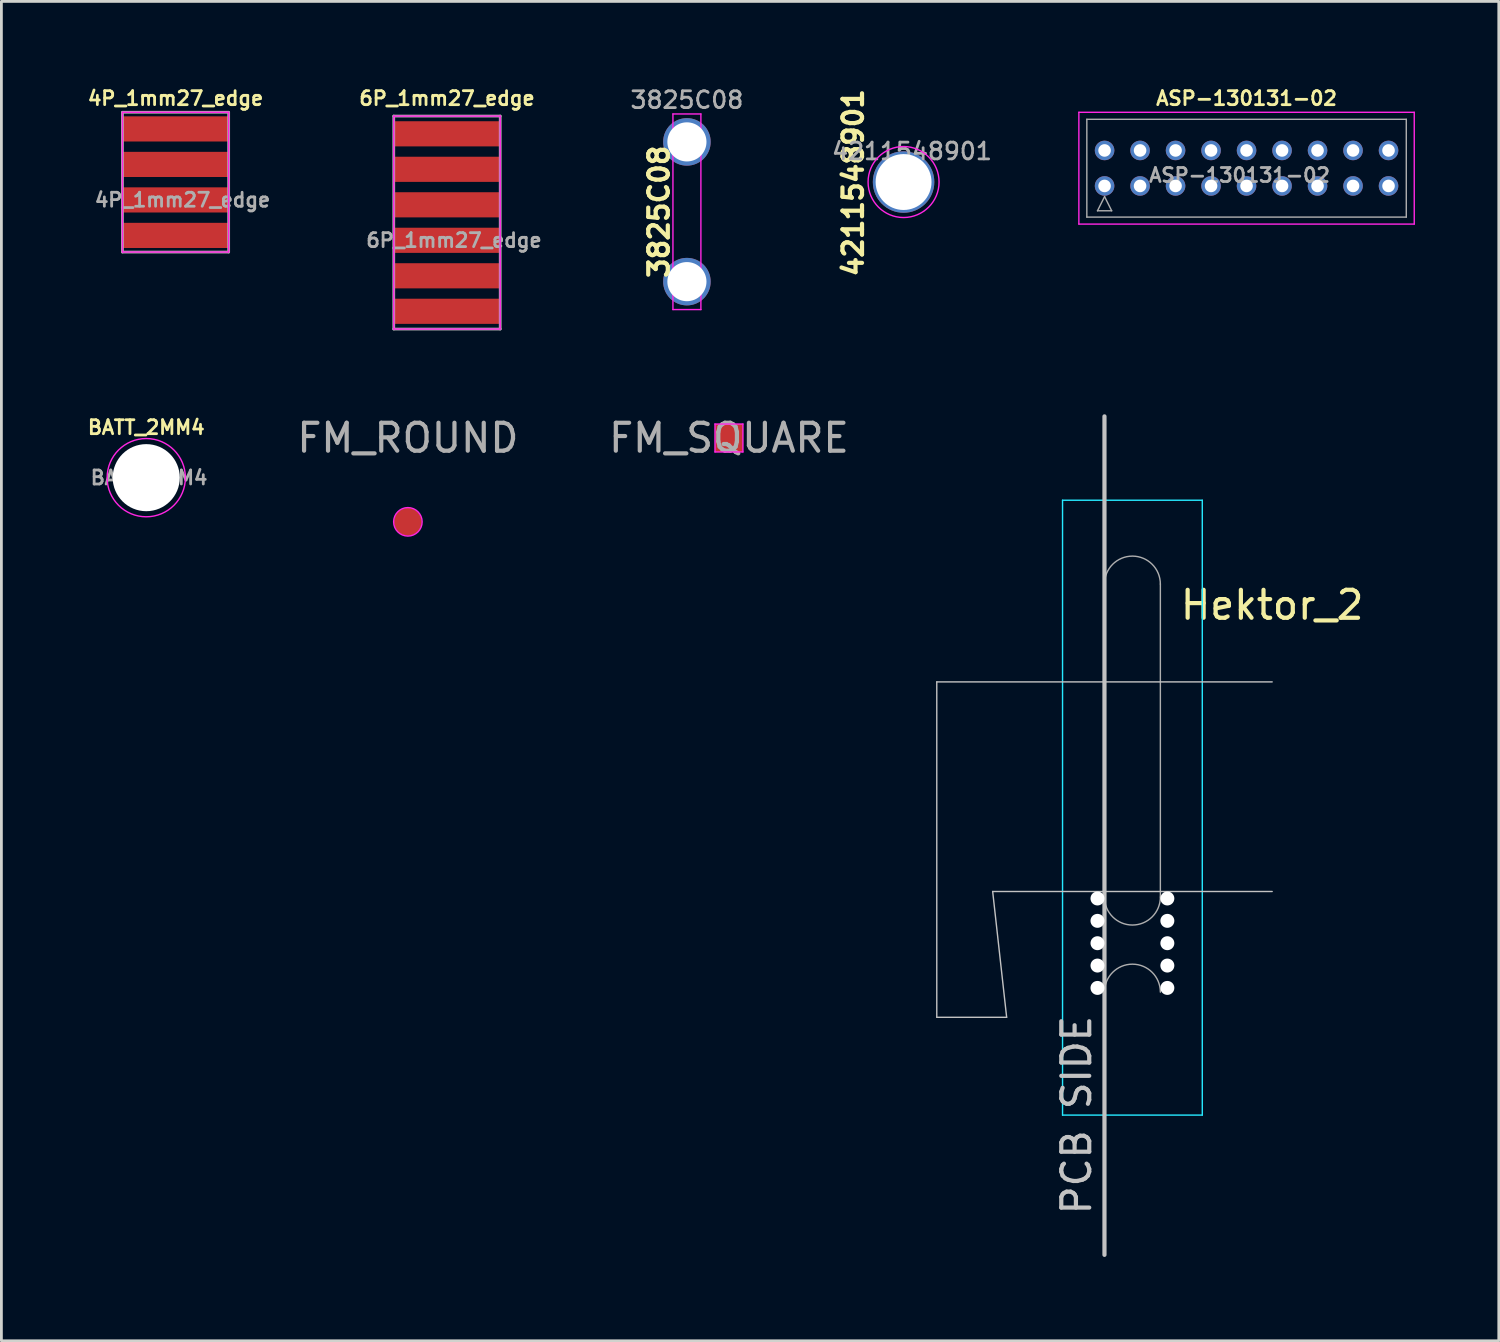
<source format=kicad_pcb>
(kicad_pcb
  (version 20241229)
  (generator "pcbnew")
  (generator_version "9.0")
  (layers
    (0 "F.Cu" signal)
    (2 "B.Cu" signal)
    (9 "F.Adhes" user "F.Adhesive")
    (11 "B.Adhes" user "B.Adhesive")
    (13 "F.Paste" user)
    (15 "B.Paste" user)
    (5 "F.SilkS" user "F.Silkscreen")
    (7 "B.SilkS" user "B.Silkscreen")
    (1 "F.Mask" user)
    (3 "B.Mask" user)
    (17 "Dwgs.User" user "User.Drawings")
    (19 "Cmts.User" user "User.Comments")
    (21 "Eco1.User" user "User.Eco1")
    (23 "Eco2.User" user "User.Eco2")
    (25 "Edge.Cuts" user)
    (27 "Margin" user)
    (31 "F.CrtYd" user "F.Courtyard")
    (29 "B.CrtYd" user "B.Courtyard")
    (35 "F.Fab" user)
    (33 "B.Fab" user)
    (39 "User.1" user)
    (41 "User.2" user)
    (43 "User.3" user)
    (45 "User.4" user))
  (footprint "FM_SQUARE"
    (layer "F.Cu")
    (at 23.032 12.621)
    (property "Reference" "FM_SQUARE" (at 0 0 0) (layer "F.Fab") (effects (font (size 1 1) (thickness 0.15))))
    (attr exclude_from_pos_files exclude_from_bom)
    (fp_line (start -0.5 -0.5) (end 0.5 -0.5) (stroke (width 0.05) (type solid)) (layer "F.CrtYd"))
    (fp_line (start -0.5 0.5) (end -0.5 -0.5) (stroke (width 0.05) (type solid)) (layer "F.CrtYd"))
    (fp_line (start 0.5 -0.5) (end 0.5 0.5) (stroke (width 0.05) (type solid)) (layer "F.CrtYd"))
    (fp_line (start 0.5 0.5) (end -0.5 0.5) (stroke (width 0.05) (type solid)) (layer "F.CrtYd"))
    (pad "1" smd rect (at 0 0) (size 1 1) (layers "F.Cu" "F.Mask")))
  (footprint "BATT_2MM4"
    (layer "F.Cu")
    (at 2.183 14.041)
    (property "Reference" "BATT_2MM4" (at 0 -1.8 0) (layer "F.SilkS") (effects (font (size 0.5 0.5) (thickness 0.1))))
    (attr exclude_from_pos_files exclude_from_bom)
    (fp_circle (center 0 0) (end 0 -1.4) (stroke (width 0.05) (type solid)) (fill no) (layer "F.CrtYd"))
    (fp_text user "${REFERENCE}" (at 0.1 0 0) (layer "F.Fab") (effects (font (size 0.5 0.5) (thickness 0.1))))
    (pad "" np_thru_hole circle (at 0 0) (size 2.4 2.4) (drill 2.4) (layers "*.Cu" "*.Mask")))
  (footprint "4P_1mm27_edge"
    (layer "F.Cu")
    (at 3.231 3.468)
    (property "Reference" "4P_1mm27_edge" (at 0 -3 0) (layer "F.SilkS") (effects (font (size 0.5 0.5) (thickness 0.1))))
    (attr exclude_from_pos_files exclude_from_bom)
    (fp_line (start -1.9 -2.5) (end -1.9 2.5) (stroke (width 0.05) (type solid)) (layer "F.CrtYd"))
    (fp_line (start -1.9 -2.5) (end 1.9 -2.5) (stroke (width 0.05) (type solid)) (layer "F.CrtYd"))
    (fp_line (start -1.9 2.5) (end 1.9 2.5) (stroke (width 0.05) (type solid)) (layer "F.CrtYd"))
    (fp_line (start 1.9 -2.5) (end 1.9 2.5) (stroke (width 0.05) (type solid)) (layer "F.CrtYd"))
    (fp_line (start -1.9 -2.5) (end 1.9 -2.5) (stroke (width 0.1) (type solid)) (layer "F.Fab"))
    (fp_line (start -1.9 2.5) (end -1.9 -2.5) (stroke (width 0.1) (type solid)) (layer "F.Fab"))
    (fp_line (start 1.9 -2.5) (end 1.9 2.5) (stroke (width 0.1) (type solid)) (layer "F.Fab"))
    (fp_line (start 1.9 2.5) (end -1.9 2.5) (stroke (width 0.1) (type solid)) (layer "F.Fab"))
    (fp_text user "${REFERENCE}" (at 0.25 0.635 0) (layer "F.Fab") (effects (font (size 0.5 0.5) (thickness 0.1))))
    (pad "1" smd rect (at 0 -1.905) (size 3.8 0.9) (layers "F.Cu" "F.Mask"))
    (pad "2" smd rect (at 0 -0.635) (size 3.8 0.9) (layers "F.Cu" "F.Mask"))
    (pad "3" smd rect (at 0 0.635) (size 3.8 0.9) (layers "F.Cu" "F.Mask"))
    (pad "4" smd rect (at 0 1.905) (size 3.8 0.9) (layers "F.Cu" "F.Mask")))
  (footprint "4211548901"
    (layer "F.Cu")
    (at 29.28 3.463)
    (property "Reference" "4211548901" (at -1.803 0.025 90) (layer "F.SilkS") (effects (font (size 0.7 0.7) (thickness 0.15))))
    (attr through_hole)
    (fp_circle (center 0 0) (end 0 -1.27) (stroke (width 0.05) (type solid)) (fill no) (layer "F.CrtYd"))
    (fp_text user "${REFERENCE}" (at 0.3 -1.1 0) (layer "F.Fab") (effects (font (size 0.6 0.6) (thickness 0.1))))
    (pad "1" thru_hole circle (at 0 0) (size 2.2 2.2) (drill 2) (layers "*.Cu" "*.Mask")))
  (footprint "Hektor_2"
    (layer "F.Cu")
    (at 36.468 24.848)
    (property "Reference" "Hektor_2" (at 6 -6.25 0) (layer "F.SilkS") (effects (font (size 1 1) (thickness 0.15))))
    (attr exclude_from_pos_files exclude_from_bom)
    (fp_line (start -6 -3.5) (end -6 8.5) (stroke (width 0.05) (type solid)) (layer "Dwgs.User"))
    (fp_line (start -6 -3.5) (end 6 -3.5) (stroke (width 0.05) (type solid)) (layer "Dwgs.User"))
    (fp_line (start -6 8.5) (end -3.5 8.5) (stroke (width 0.05) (type solid)) (layer "Dwgs.User"))
    (fp_line (start -4 4) (end -3.5 8.5) (stroke (width 0.05) (type solid)) (layer "Dwgs.User"))
    (fp_line (start -4 4) (end 6 4) (stroke (width 0.05) (type solid)) (layer "Dwgs.User"))
    (fp_line (start 0 -13) (end 0 17) (stroke (width 0.15) (type solid)) (layer "Dwgs.User"))
    (fp_line (start -1.5 -10) (end 3.5 -10) (stroke (width 0.05) (type solid)) (layer "B.CrtYd"))
    (fp_line (start -1.5 12) (end -1.5 -10) (stroke (width 0.05) (type solid)) (layer "B.CrtYd"))
    (fp_line (start 3.5 -10) (end 3.5 12) (stroke (width 0.05) (type solid)) (layer "B.CrtYd"))
    (fp_line (start 3.5 12) (end -1.5 12) (stroke (width 0.05) (type solid)) (layer "B.CrtYd"))
    (fp_line (start 0 4.2) (end 0 -7) (stroke (width 0.05) (type solid)) (layer "F.Fab"))
    (fp_line (start 2 -7) (end 2 4.2) (stroke (width 0.05) (type solid)) (layer "F.Fab"))
    (fp_arc (start 0 -7) (mid 1 -8) (end 2 -7) (stroke (width 0.05) (type solid)) (layer "F.Fab"))
    (fp_arc (start 0 7.6) (mid 1 6.6) (end 2 7.6) (stroke (width 0.05) (type solid)) (layer "F.Fab"))
    (fp_arc (start 2 4.2) (mid 1 5.2) (end 0 4.2) (stroke (width 0.05) (type solid)) (layer "F.Fab"))
    (fp_text user "PCB SIDE" (at -1 12 90) (layer "Dwgs.User") (effects (font (size 1 1) (thickness 0.15))))
    (pad "" np_thru_hole circle (at -0.25 4.25) (size 0.5 0.5) (drill 0.5) (layers "F.Cu"))
    (pad "" np_thru_hole circle (at -0.25 5.05) (size 0.5 0.5) (drill 0.5) (layers "F.Cu"))
    (pad "" np_thru_hole circle (at -0.25 5.85) (size 0.5 0.5) (drill 0.5) (layers "F.Cu"))
    (pad "" np_thru_hole circle (at -0.25 6.65) (size 0.5 0.5) (drill 0.5) (layers "F.Cu"))
    (pad "" np_thru_hole circle (at -0.25 7.45) (size 0.5 0.5) (drill 0.5) (layers "F.Cu"))
    (pad "" np_thru_hole circle (at 2.25 4.25) (size 0.5 0.5) (drill 0.5) (layers "F.Cu"))
    (pad "" np_thru_hole circle (at 2.25 5.05) (size 0.5 0.5) (drill 0.5) (layers "F.Cu"))
    (pad "" np_thru_hole circle (at 2.25 5.85) (size 0.5 0.5) (drill 0.5) (layers "F.Cu"))
    (pad "" np_thru_hole circle (at 2.25 6.65) (size 0.5 0.5) (drill 0.5) (layers "F.Cu"))
    (pad "" np_thru_hole circle (at 2.25 7.45) (size 0.5 0.5) (drill 0.5) (layers "F.Cu")))
  (footprint "ASP-130131-02"
    (layer "F.Cu")
    (at 41.552 2.968)
    (property "Reference" "ASP-130131-02" (at 0 -2.5 0) (layer "F.SilkS") (effects (font (size 0.5 0.5) (thickness 0.1))))
    (attr through_hole)
    (fp_line (start -6 -2) (end 6 -2) (stroke (width 0.05) (type solid)) (layer "F.CrtYd"))
    (fp_line (start -6 2) (end -6 -2) (stroke (width 0.05) (type solid)) (layer "F.CrtYd"))
    (fp_line (start 6 -2) (end 6 2) (stroke (width 0.05) (type solid)) (layer "F.CrtYd"))
    (fp_line (start 6 2) (end -6 2) (stroke (width 0.05) (type solid)) (layer "F.CrtYd"))
    (fp_line (start -5.715 -1.75) (end 5.715 -1.75) (stroke (width 0.05) (type solid)) (layer "F.Fab"))
    (fp_line (start -5.715 1.75) (end -5.715 -1.75) (stroke (width 0.05) (type solid)) (layer "F.Fab"))
    (fp_line (start -5.334 1.524) (end -4.826 1.524) (stroke (width 0.05) (type solid)) (layer "F.Fab"))
    (fp_line (start -5.08 1.016) (end -5.334 1.524) (stroke (width 0.05) (type solid)) (layer "F.Fab"))
    (fp_line (start -4.826 1.524) (end -5.08 1.016) (stroke (width 0.05) (type solid)) (layer "F.Fab"))
    (fp_line (start 5.715 -1.75) (end 5.715 1.75) (stroke (width 0.05) (type solid)) (layer "F.Fab"))
    (fp_line (start 5.715 1.75) (end -5.715 1.75) (stroke (width 0.05) (type solid)) (layer "F.Fab"))
    (fp_text user "${REFERENCE}" (at -0.25 0.25 0) (layer "F.Fab") (effects (font (size 0.5 0.5) (thickness 0.1))))
    (pad "1" thru_hole circle (at -5.08 0.635) (size 0.7 0.7) (drill 0.45) (layers "*.Cu" "*.Mask"))
    (pad "2" thru_hole circle (at -5.08 -0.635) (size 0.7 0.7) (drill 0.45) (layers "*.Cu" "*.Mask"))
    (pad "3" thru_hole circle (at -3.81 0.635) (size 0.7 0.7) (drill 0.45) (layers "*.Cu" "*.Mask"))
    (pad "4" thru_hole circle (at -3.81 -0.635) (size 0.7 0.7) (drill 0.45) (layers "*.Cu" "*.Mask"))
    (pad "5" thru_hole circle (at -2.54 0.635) (size 0.7 0.7) (drill 0.45) (layers "*.Cu" "*.Mask"))
    (pad "6" thru_hole circle (at -2.54 -0.635) (size 0.7 0.7) (drill 0.45) (layers "*.Cu" "*.Mask"))
    (pad "7" thru_hole circle (at -1.27 0.635) (size 0.7 0.7) (drill 0.45) (layers "*.Cu" "*.Mask"))
    (pad "8" thru_hole circle (at -1.27 -0.635) (size 0.7 0.7) (drill 0.45) (layers "*.Cu" "*.Mask"))
    (pad "9" thru_hole circle (at 0 0.635) (size 0.7 0.7) (drill 0.45) (layers "*.Cu" "*.Mask"))
    (pad "10" thru_hole circle (at 0 -0.635) (size 0.7 0.7) (drill 0.45) (layers "*.Cu" "*.Mask"))
    (pad "11" thru_hole circle (at 1.27 0.635) (size 0.7 0.7) (drill 0.45) (layers "*.Cu" "*.Mask"))
    (pad "12" thru_hole circle (at 1.27 -0.635) (size 0.7 0.7) (drill 0.45) (layers "*.Cu" "*.Mask"))
    (pad "13" thru_hole circle (at 2.54 0.635) (size 0.7 0.7) (drill 0.45) (layers "*.Cu" "*.Mask"))
    (pad "14" thru_hole circle (at 2.54 -0.635) (size 0.7 0.7) (drill 0.45) (layers "*.Cu" "*.Mask"))
    (pad "15" thru_hole circle (at 3.81 0.635) (size 0.7 0.7) (drill 0.45) (layers "*.Cu" "*.Mask"))
    (pad "16" thru_hole circle (at 3.81 -0.635) (size 0.7 0.7) (drill 0.45) (layers "*.Cu" "*.Mask"))
    (pad "17" thru_hole circle (at 5.08 0.635) (size 0.7 0.7) (drill 0.45) (layers "*.Cu" "*.Mask"))
    (pad "18" thru_hole circle (at 5.08 -0.635) (size 0.7 0.7) (drill 0.45) (layers "*.Cu" "*.Mask")))
  (footprint "FM_ROUND"
    (layer "F.Cu")
    (at 11.544 15.621)
    (property "Reference" "FM_ROUND" (at 0 -3 0) (layer "F.Fab") (effects (font (size 1 1) (thickness 0.15))))
    (attr exclude_from_pos_files exclude_from_bom)
    (fp_circle (center 0 0) (end -0.1 -0.5) (stroke (width 0.05) (type solid)) (fill no) (layer "F.CrtYd"))
    (pad "1" smd circle (at 0 0) (size 1 1) (layers "F.Cu" "F.Mask")))
  (footprint "3825C08"
    (layer "F.Cu")
    (at 21.528 4.527)
    (property "Reference" "3825C08" (at -1 0 90) (layer "F.SilkS") (effects (font (size 0.7 0.7) (thickness 0.15))))
    (attr through_hole)
    (fp_line (start -0.5 -3.5) (end 0.5 -3.5) (stroke (width 0.05) (type solid)) (layer "F.CrtYd"))
    (fp_line (start -0.5 3.5) (end -0.5 -3.5) (stroke (width 0.05) (type solid)) (layer "F.CrtYd"))
    (fp_line (start 0.5 -3.5) (end 0.5 3.5) (stroke (width 0.05) (type solid)) (layer "F.CrtYd"))
    (fp_line (start 0.5 3.5) (end -0.5 3.5) (stroke (width 0.05) (type solid)) (layer "F.CrtYd"))
    (fp_text user "${REFERENCE}" (at 0 -4 0) (layer "F.Fab") (effects (font (size 0.6 0.6) (thickness 0.1))))
    (pad "1" thru_hole circle (at 0 -2.5) (size 1.7 1.7) (drill 1.4) (layers "*.Cu" "*.Mask"))
    (pad "1" thru_hole circle (at 0 2.5) (size 1.7 1.7) (drill 1.4) (layers "*.Cu" "*.Mask")))
  (footprint "6P_1mm27_edge"
    (layer "F.Cu")
    (at 12.943 4.913)
    (property "Reference" "6P_1mm27_edge" (at 0 -4.445 0) (layer "F.SilkS") (effects (font (size 0.5 0.5) (thickness 0.1))))
    (attr exclude_from_pos_files exclude_from_bom)
    (fp_line (start -1.905 -3.81) (end -1.905 3.81) (stroke (width 0.05) (type solid)) (layer "F.CrtYd"))
    (fp_line (start -1.905 -3.81) (end 1.905 -3.81) (stroke (width 0.05) (type solid)) (layer "F.CrtYd"))
    (fp_line (start -1.905 3.81) (end 1.905 3.81) (stroke (width 0.05) (type solid)) (layer "F.CrtYd"))
    (fp_line (start 1.905 -3.81) (end 1.905 3.81) (stroke (width 0.05) (type solid)) (layer "F.CrtYd"))
    (fp_line (start -1.905 -3.81) (end 1.905 -3.81) (stroke (width 0.1) (type solid)) (layer "F.Fab"))
    (fp_line (start -1.905 3.81) (end -1.905 -3.81) (stroke (width 0.1) (type solid)) (layer "F.Fab"))
    (fp_line (start 1.905 -3.81) (end 1.905 3.81) (stroke (width 0.1) (type solid)) (layer "F.Fab"))
    (fp_line (start 1.905 3.81) (end -1.905 3.81) (stroke (width 0.1) (type solid)) (layer "F.Fab"))
    (fp_text user "${REFERENCE}" (at 0.25 0.635 0) (layer "F.Fab") (effects (font (size 0.5 0.5) (thickness 0.1))))
    (pad "1" smd rect (at 0 -3.175) (size 3.8 0.9) (layers "F.Cu" "F.Mask"))
    (pad "2" smd rect (at 0 -1.905) (size 3.8 0.9) (layers "F.Cu" "F.Mask"))
    (pad "3" smd rect (at 0 -0.635) (size 3.8 0.9) (layers "F.Cu" "F.Mask"))
    (pad "4" smd rect (at 0 0.635) (size 3.8 0.9) (layers "F.Cu" "F.Mask"))
    (pad "5" smd rect (at 0 1.905) (size 3.8 0.9) (layers "F.Cu" "F.Mask"))
    (pad "6" smd rect (at 0 3.175) (size 3.8 0.9) (layers "F.Cu" "F.Mask")))
  (gr_rect
    (start -3 -3)
    (end 50.577 44.923)
    (stroke (width 0.1) (type default))
    (fill no)
    (layer "Edge.Cuts")))
</source>
